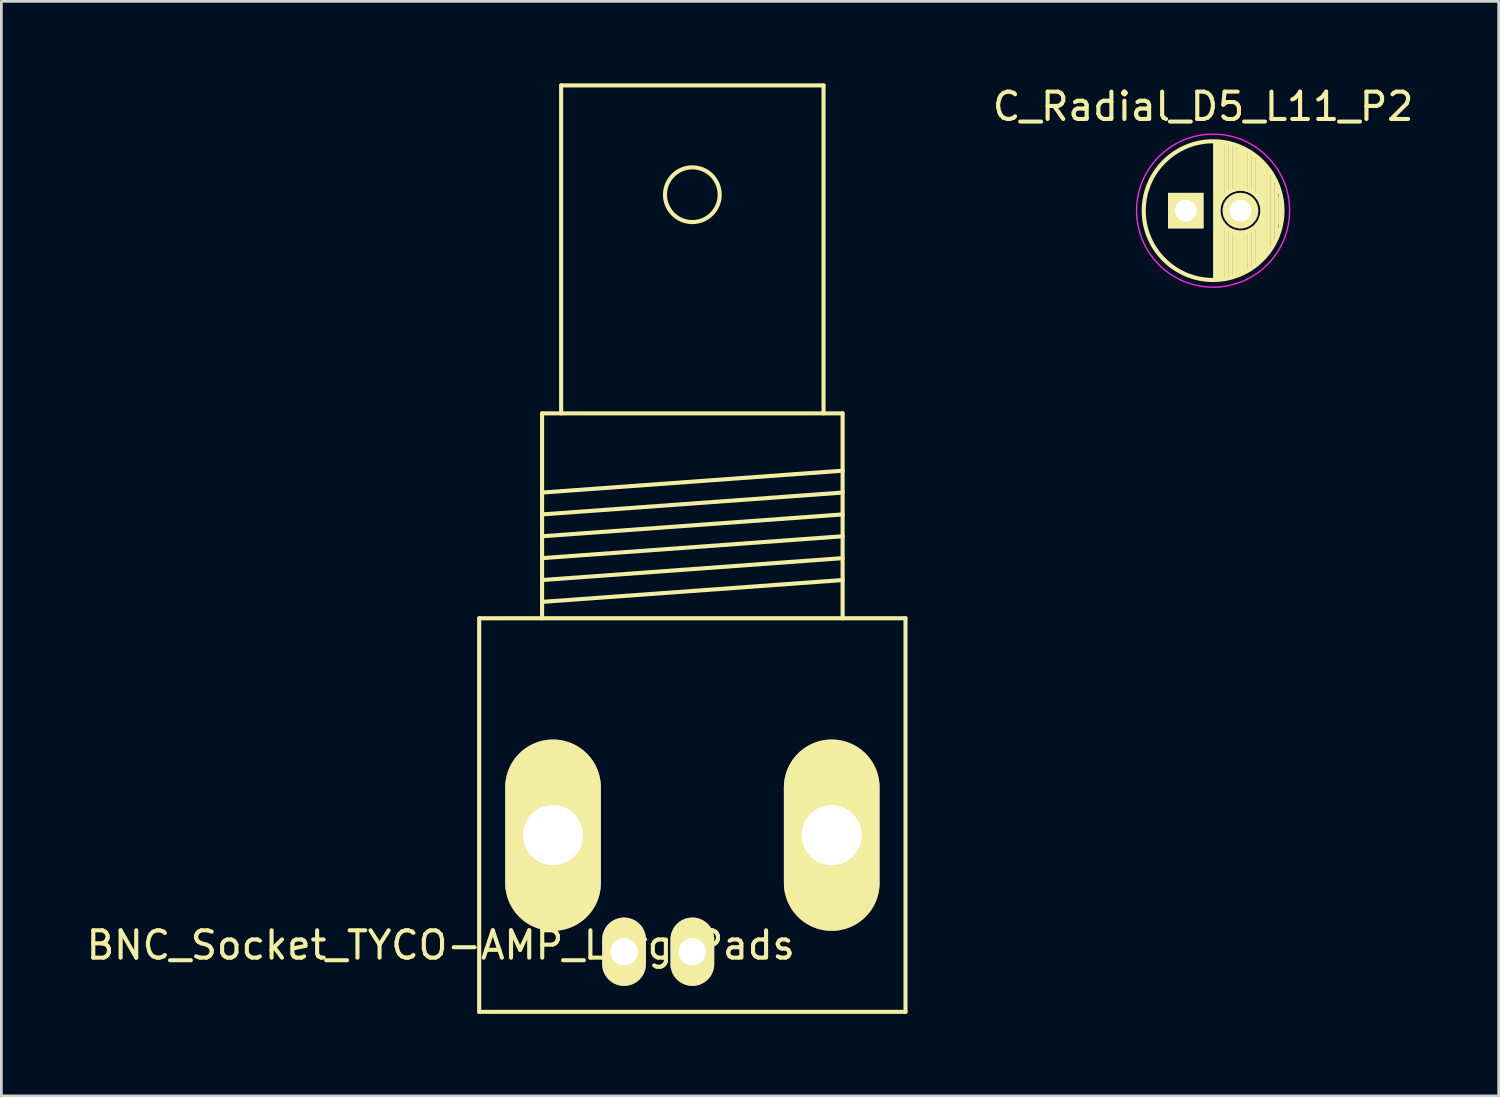
<source format=kicad_pcb>
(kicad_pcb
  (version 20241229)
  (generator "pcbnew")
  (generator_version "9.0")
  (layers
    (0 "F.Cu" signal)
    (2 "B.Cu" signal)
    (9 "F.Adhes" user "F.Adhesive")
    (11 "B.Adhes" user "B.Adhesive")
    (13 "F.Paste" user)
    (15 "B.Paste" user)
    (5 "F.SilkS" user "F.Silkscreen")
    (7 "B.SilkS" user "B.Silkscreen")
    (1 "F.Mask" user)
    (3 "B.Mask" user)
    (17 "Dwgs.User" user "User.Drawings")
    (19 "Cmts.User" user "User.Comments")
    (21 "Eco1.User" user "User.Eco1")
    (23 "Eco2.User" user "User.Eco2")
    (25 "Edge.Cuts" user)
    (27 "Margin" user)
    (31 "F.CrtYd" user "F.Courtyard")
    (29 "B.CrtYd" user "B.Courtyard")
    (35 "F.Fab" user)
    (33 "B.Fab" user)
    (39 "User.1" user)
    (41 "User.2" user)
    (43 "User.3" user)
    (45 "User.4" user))
  (footprint "C_Radial_D5_L11_P2"
    (layer "F.Cu")
    (at 40.341 4.658)
    (property "Reference" "C_Radial_D5_L11_P2" (at 0.635 -3.81 0) (layer "F.SilkS") (effects (font (size 1 1) (thickness 0.15))))
    (attr through_hole)
    (fp_line (start 1.075 -2.499) (end 1.075 2.499) (stroke (width 0.15) (type solid)) (layer "F.SilkS"))
    (fp_line (start 1.215 -2.491) (end 1.215 -0.154) (stroke (width 0.15) (type solid)) (layer "F.SilkS"))
    (fp_line (start 1.215 0.154) (end 1.215 2.491) (stroke (width 0.15) (type solid)) (layer "F.SilkS"))
    (fp_line (start 1.355 -2.475) (end 1.355 -0.473) (stroke (width 0.15) (type solid)) (layer "F.SilkS"))
    (fp_line (start 1.355 0.473) (end 1.355 2.475) (stroke (width 0.15) (type solid)) (layer "F.SilkS"))
    (fp_line (start 1.495 -2.451) (end 1.495 -0.62) (stroke (width 0.15) (type solid)) (layer "F.SilkS"))
    (fp_line (start 1.495 0.62) (end 1.495 2.451) (stroke (width 0.15) (type solid)) (layer "F.SilkS"))
    (fp_line (start 1.635 -2.418) (end 1.635 -0.712) (stroke (width 0.15) (type solid)) (layer "F.SilkS"))
    (fp_line (start 1.635 0.712) (end 1.635 2.418) (stroke (width 0.15) (type solid)) (layer "F.SilkS"))
    (fp_line (start 1.775 -2.377) (end 1.775 -0.768) (stroke (width 0.15) (type solid)) (layer "F.SilkS"))
    (fp_line (start 1.775 0.768) (end 1.775 2.377) (stroke (width 0.15) (type solid)) (layer "F.SilkS"))
    (fp_line (start 1.915 -2.327) (end 1.915 -0.795) (stroke (width 0.15) (type solid)) (layer "F.SilkS"))
    (fp_line (start 1.915 0.795) (end 1.915 2.327) (stroke (width 0.15) (type solid)) (layer "F.SilkS"))
    (fp_line (start 2.055 -2.266) (end 2.055 -0.798) (stroke (width 0.15) (type solid)) (layer "F.SilkS"))
    (fp_line (start 2.055 0.798) (end 2.055 2.266) (stroke (width 0.15) (type solid)) (layer "F.SilkS"))
    (fp_line (start 2.195 -2.196) (end 2.195 -0.776) (stroke (width 0.15) (type solid)) (layer "F.SilkS"))
    (fp_line (start 2.195 0.776) (end 2.195 2.196) (stroke (width 0.15) (type solid)) (layer "F.SilkS"))
    (fp_line (start 2.335 -2.114) (end 2.335 -0.726) (stroke (width 0.15) (type solid)) (layer "F.SilkS"))
    (fp_line (start 2.335 0.726) (end 2.335 2.114) (stroke (width 0.15) (type solid)) (layer "F.SilkS"))
    (fp_line (start 2.475 -2.019) (end 2.475 -0.644) (stroke (width 0.15) (type solid)) (layer "F.SilkS"))
    (fp_line (start 2.475 0.644) (end 2.475 2.019) (stroke (width 0.15) (type solid)) (layer "F.SilkS"))
    (fp_line (start 2.615 -1.908) (end 2.615 -0.512) (stroke (width 0.15) (type solid)) (layer "F.SilkS"))
    (fp_line (start 2.615 0.512) (end 2.615 1.908) (stroke (width 0.15) (type solid)) (layer "F.SilkS"))
    (fp_line (start 2.755 -1.78) (end 2.755 -0.265) (stroke (width 0.15) (type solid)) (layer "F.SilkS"))
    (fp_line (start 2.755 0.265) (end 2.755 1.78) (stroke (width 0.15) (type solid)) (layer "F.SilkS"))
    (fp_line (start 2.895 -1.631) (end 2.895 1.631) (stroke (width 0.15) (type solid)) (layer "F.SilkS"))
    (fp_line (start 3.035 -1.452) (end 3.035 1.452) (stroke (width 0.15) (type solid)) (layer "F.SilkS"))
    (fp_line (start 3.175 -1.233) (end 3.175 1.233) (stroke (width 0.15) (type solid)) (layer "F.SilkS"))
    (fp_line (start 3.315 -0.944) (end 3.315 0.944) (stroke (width 0.15) (type solid)) (layer "F.SilkS"))
    (fp_line (start 3.455 -0.472) (end 3.455 0.472) (stroke (width 0.15) (type solid)) (layer "F.SilkS"))
    (fp_circle (center 1 0) (end 1 -2.538) (stroke (width 0.15) (type solid)) (fill no) (layer "F.SilkS"))
    (fp_circle (center 2 0) (end 2 -0.8) (stroke (width 0.15) (type solid)) (fill no) (layer "F.SilkS"))
    (fp_circle (center 1 0) (end 1 -2.8) (stroke (width 0.05) (type solid)) (fill no) (layer "F.CrtYd"))
    (pad "1" thru_hole rect (at 0 0) (size 1.3 1.3) (drill 0.8) (layers "*.Cu" "*.Mask" "F.SilkS"))
    (pad "2" thru_hole circle (at 2 0) (size 1.3 1.3) (drill 0.8) (layers "*.Cu" "*.Mask" "F.SilkS")))
  (footprint "BNC_Socket_TYCO-AMP_LargePads"
    (layer "F.Cu")
    (at 22.285 26.775)
    (property "Reference" "BNC_Socket_TYCO-AMP_LargePads" (at -9.207 4.763 0) (layer "F.SilkS") (effects (font (size 1 1) (thickness 0.15))))
    (attr through_hole)
    (fp_line (start -7.8 -7.201) (end -7.8 7.201) (stroke (width 0.15) (type solid)) (layer "F.SilkS"))
    (fp_line (start -7.8 7.201) (end 7.8 7.201) (stroke (width 0.15) (type solid)) (layer "F.SilkS"))
    (fp_line (start -5.499 -14.699) (end -5.499 -7.201) (stroke (width 0.15) (type solid)) (layer "F.SilkS"))
    (fp_line (start -5.499 -11.801) (end 5.499 -12.601) (stroke (width 0.15) (type solid)) (layer "F.SilkS"))
    (fp_line (start -5.499 -11.001) (end 5.499 -11.801) (stroke (width 0.15) (type solid)) (layer "F.SilkS"))
    (fp_line (start -5.499 -10.201) (end 5.499 -11.001) (stroke (width 0.15) (type solid)) (layer "F.SilkS"))
    (fp_line (start -5.499 -9.401) (end 5.499 -10.201) (stroke (width 0.15) (type solid)) (layer "F.SilkS"))
    (fp_line (start -5.499 -8.6) (end 5.499 -9.401) (stroke (width 0.15) (type solid)) (layer "F.SilkS"))
    (fp_line (start -5.499 -7.8) (end 5.499 -8.6) (stroke (width 0.15) (type solid)) (layer "F.SilkS"))
    (fp_line (start -4.801 -26.7) (end -4.801 -14.699) (stroke (width 0.15) (type solid)) (layer "F.SilkS"))
    (fp_line (start 4.801 -26.7) (end -4.801 -26.7) (stroke (width 0.15) (type solid)) (layer "F.SilkS"))
    (fp_line (start 4.801 -14.699) (end 4.801 -26.7) (stroke (width 0.15) (type solid)) (layer "F.SilkS"))
    (fp_line (start 5.499 -14.699) (end -5.499 -14.699) (stroke (width 0.15) (type solid)) (layer "F.SilkS"))
    (fp_line (start 5.499 -7.201) (end 5.499 -14.699) (stroke (width 0.15) (type solid)) (layer "F.SilkS"))
    (fp_line (start 7.8 -7.201) (end -7.8 -7.201) (stroke (width 0.15) (type solid)) (layer "F.SilkS"))
    (fp_line (start 7.8 7.201) (end 7.8 -7.201) (stroke (width 0.15) (type solid)) (layer "F.SilkS"))
    (fp_circle (center 0 -22.7) (end 1.001 -22.7) (stroke (width 0.15) (type solid)) (fill no) (layer "F.SilkS"))
    (pad "1" thru_hole oval (at 0 5.001) (size 1.6 2.499) (drill 1.001) (layers "*.Cu" "*.Mask" "F.SilkS"))
    (pad "2" thru_hole oval (at -5.098 0.737) (size 3.5 7) (drill 2.2) (layers "*.Cu" "*.Mask" "F.SilkS"))
    (pad "2" thru_hole oval (at -2.499 5.001) (size 1.6 2.499) (drill 1.001) (layers "*.Cu" "*.Mask" "F.SilkS"))
    (pad "2" thru_hole oval (at 5.1 0.737) (size 3.5 7) (drill 2.2) (layers "*.Cu" "*.Mask" "F.SilkS")))
  (gr_rect
    (start -3 -3)
    (end 51.791 37.051)
    (stroke (width 0.1) (type default))
    (fill no)
    (layer "Edge.Cuts")))
</source>
